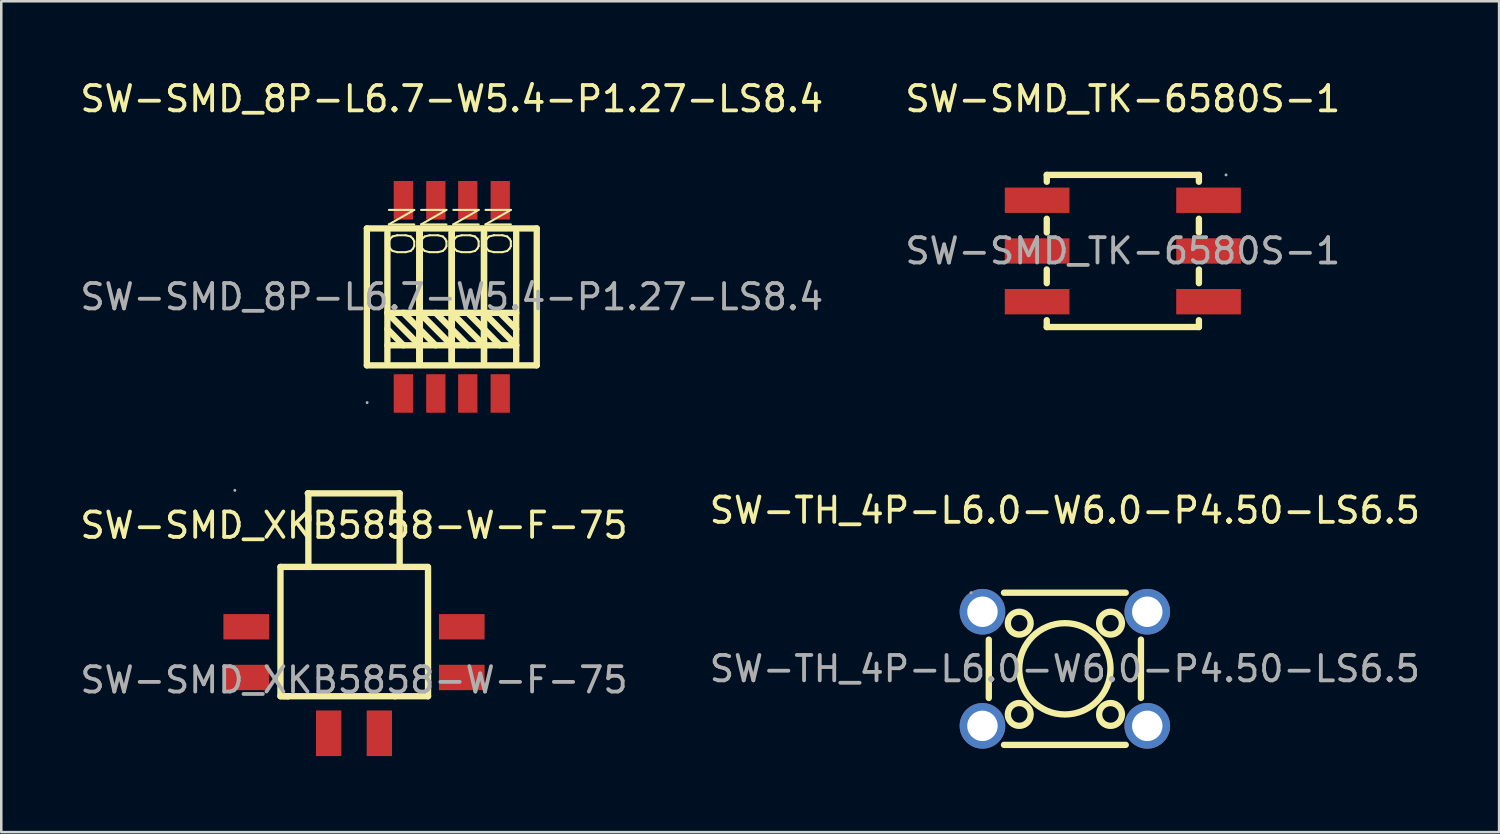
<source format=kicad_pcb>
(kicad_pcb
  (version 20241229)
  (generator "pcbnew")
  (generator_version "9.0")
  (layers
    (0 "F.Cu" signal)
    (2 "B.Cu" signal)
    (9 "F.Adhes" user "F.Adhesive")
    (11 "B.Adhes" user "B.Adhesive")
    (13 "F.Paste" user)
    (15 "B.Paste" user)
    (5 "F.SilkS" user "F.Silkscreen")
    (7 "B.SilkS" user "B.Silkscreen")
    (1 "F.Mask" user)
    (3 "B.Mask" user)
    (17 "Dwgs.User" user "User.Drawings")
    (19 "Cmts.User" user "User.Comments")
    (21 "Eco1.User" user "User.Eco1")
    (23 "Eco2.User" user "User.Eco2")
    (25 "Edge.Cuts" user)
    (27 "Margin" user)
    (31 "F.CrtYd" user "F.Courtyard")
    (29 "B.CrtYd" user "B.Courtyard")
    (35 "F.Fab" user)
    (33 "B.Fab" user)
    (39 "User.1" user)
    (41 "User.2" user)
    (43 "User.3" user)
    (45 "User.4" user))
  (footprint "SW-SMD_8P-L6.7-W5.4-P1.27-LS8.4"
    (layer "F.Cu")
    (at 14.768 8.658)
    (property "Reference" "SW-SMD_8P-L6.7-W5.4-P1.27-LS8.4" (at 0 -7.81 0) (layer "F.SilkS") (effects (font (size 1 1) (thickness 0.15))))
    (attr smd)
    (fp_line (start -3.35 -2.7) (end -3.35 2.7) (stroke (width 0.25) (type solid)) (layer "F.SilkS"))
    (fp_line (start -3.35 2.7) (end 3.35 2.7) (stroke (width 0.25) (type solid)) (layer "F.SilkS"))
    (fp_line (start -2.54 -2.54) (end -2.54 2.54) (stroke (width 0.25) (type solid)) (layer "F.SilkS"))
    (fp_line (start -2.54 0.63) (end -1.27 1.91) (stroke (width 0.25) (type solid)) (layer "F.SilkS"))
    (fp_line (start -2.54 1.27) (end -1.91 1.91) (stroke (width 0.25) (type solid)) (layer "F.SilkS"))
    (fp_line (start -2.54 1.91) (end -1.27 1.91) (stroke (width 0.25) (type solid)) (layer "F.SilkS"))
    (fp_line (start -1.91 0.63) (end -1.27 1.27) (stroke (width 0.25) (type solid)) (layer "F.SilkS"))
    (fp_line (start -1.27 -2.54) (end -1.27 2.54) (stroke (width 0.25) (type solid)) (layer "F.SilkS"))
    (fp_line (start -1.27 -2.54) (end -1.27 2.54) (stroke (width 0.25) (type solid)) (layer "F.SilkS"))
    (fp_line (start -1.27 0.63) (end -2.54 0.63) (stroke (width 0.25) (type solid)) (layer "F.SilkS"))
    (fp_line (start -1.27 0.63) (end 0 0.63) (stroke (width 0.25) (type solid)) (layer "F.SilkS"))
    (fp_line (start -1.27 1.27) (end -0.64 1.91) (stroke (width 0.25) (type solid)) (layer "F.SilkS"))
    (fp_line (start -1.27 1.91) (end 0 1.91) (stroke (width 0.25) (type solid)) (layer "F.SilkS"))
    (fp_line (start -1.27 2.54) (end -1.27 -2.54) (stroke (width 0.25) (type solid)) (layer "F.SilkS"))
    (fp_line (start -1.27 2.54) (end -1.27 -2.54) (stroke (width 0.25) (type solid)) (layer "F.SilkS"))
    (fp_line (start -0.64 0.63) (end 0 1.27) (stroke (width 0.25) (type solid)) (layer "F.SilkS"))
    (fp_line (start 0 -2.54) (end 0 2.54) (stroke (width 0.25) (type solid)) (layer "F.SilkS"))
    (fp_line (start 0 0.63) (end 1.27 0.63) (stroke (width 0.25) (type solid)) (layer "F.SilkS"))
    (fp_line (start 0 0.63) (end 1.27 1.91) (stroke (width 0.25) (type solid)) (layer "F.SilkS"))
    (fp_line (start 0 1.27) (end 0.63 1.91) (stroke (width 0.25) (type solid)) (layer "F.SilkS"))
    (fp_line (start 0 1.91) (end -1.27 0.63) (stroke (width 0.25) (type solid)) (layer "F.SilkS"))
    (fp_line (start 0 2.54) (end 0 -2.54) (stroke (width 0.25) (type solid)) (layer "F.SilkS"))
    (fp_line (start 0 2.54) (end 0 -2.54) (stroke (width 0.25) (type solid)) (layer "F.SilkS"))
    (fp_line (start 0.63 0.63) (end 1.27 1.27) (stroke (width 0.25) (type solid)) (layer "F.SilkS"))
    (fp_line (start 1.27 -2.54) (end 1.27 2.54) (stroke (width 0.25) (type solid)) (layer "F.SilkS"))
    (fp_line (start 1.27 0.63) (end 2.54 0.63) (stroke (width 0.25) (type solid)) (layer "F.SilkS"))
    (fp_line (start 1.27 0.63) (end 2.54 1.91) (stroke (width 0.25) (type solid)) (layer "F.SilkS"))
    (fp_line (start 1.27 1.27) (end 1.9 1.91) (stroke (width 0.25) (type solid)) (layer "F.SilkS"))
    (fp_line (start 1.27 1.91) (end 0 1.91) (stroke (width 0.25) (type solid)) (layer "F.SilkS"))
    (fp_line (start 1.27 2.54) (end 1.27 -2.54) (stroke (width 0.25) (type solid)) (layer "F.SilkS"))
    (fp_line (start 1.9 0.63) (end 2.54 1.27) (stroke (width 0.25) (type solid)) (layer "F.SilkS"))
    (fp_line (start 2.54 -2.54) (end 2.54 2.54) (stroke (width 0.25) (type solid)) (layer "F.SilkS"))
    (fp_line (start 2.54 1.91) (end 1.27 1.91) (stroke (width 0.25) (type solid)) (layer "F.SilkS"))
    (fp_line (start 3.35 -2.7) (end -3.35 -2.7) (stroke (width 0.25) (type solid)) (layer "F.SilkS"))
    (fp_line (start 3.35 2.7) (end 3.35 -2.7) (stroke (width 0.25) (type solid)) (layer "F.SilkS"))
    (fp_circle (center -3.34 4.17) (end -3.31 4.17) (stroke (width 0.06) (type solid)) (fill no) (layer "F.Fab"))
    (fp_text user "ON" (at 0.6 -1.52 270) (layer "F.SilkS") (effects (font (size 1 1) (thickness 0.08)) (justify left)))
    (fp_text user "ON" (at -1.94 -1.52 270) (layer "F.SilkS") (effects (font (size 1 1) (thickness 0.08)) (justify left)))
    (fp_text user "ON" (at -0.67 -1.52 270) (layer "F.SilkS") (effects (font (size 1 1) (thickness 0.08)) (justify left)))
    (fp_text user "ON" (at 1.87 -1.52 270) (layer "F.SilkS") (effects (font (size 1 1) (thickness 0.08)) (justify left)))
    (fp_text user "${REFERENCE}" (at 0 0 0) (layer "F.Fab") (effects (font (size 1 1) (thickness 0.15))))
    (pad "1" smd rect (at -1.91 3.81) (size 0.76 1.52) (layers "F.Cu" "F.Mask" "F.Paste"))
    (pad "2" smd rect (at -0.63 3.81) (size 0.76 1.52) (layers "F.Cu" "F.Mask" "F.Paste"))
    (pad "3" smd rect (at 0.63 3.81) (size 0.76 1.52) (layers "F.Cu" "F.Mask" "F.Paste"))
    (pad "4" smd rect (at 1.91 3.81) (size 0.76 1.52) (layers "F.Cu" "F.Mask" "F.Paste"))
    (pad "5" smd rect (at 1.91 -3.81) (size 0.76 1.52) (layers "F.Cu" "F.Mask" "F.Paste"))
    (pad "6" smd rect (at 0.63 -3.81) (size 0.76 1.52) (layers "F.Cu" "F.Mask" "F.Paste"))
    (pad "7" smd rect (at -0.63 -3.81) (size 0.76 1.52) (layers "F.Cu" "F.Mask" "F.Paste"))
    (pad "8" smd rect (at -1.91 -3.81) (size 0.76 1.52) (layers "F.Cu" "F.Mask" "F.Paste")))
  (footprint "SW-SMD_XKB5858-W-F-75"
    (layer "F.Cu")
    (at 10.911 23.768)
    (property "Reference" "SW-SMD_XKB5858-W-F-75" (at 0 -6.1 0) (layer "F.SilkS") (effects (font (size 1 1) (thickness 0.15))))
    (attr smd)
    (fp_line (start -2.9 -4.46) (end -2.9 0.64) (stroke (width 0.25) (type solid)) (layer "F.SilkS"))
    (fp_line (start -2.9 0.64) (end -2.6 0.64) (stroke (width 0.25) (type solid)) (layer "F.SilkS"))
    (fp_line (start -2.8 0.64) (end 1.62 0.64) (stroke (width 0.25) (type solid)) (layer "F.SilkS"))
    (fp_line (start -2.6 0.64) (end -2.6 0.64) (stroke (width 0.25) (type solid)) (layer "F.SilkS"))
    (fp_line (start -1.82 -7.36) (end -1.8 -7.36) (stroke (width 0.25) (type solid)) (layer "F.SilkS"))
    (fp_line (start -1.8 -7.36) (end -1.8 -6.32) (stroke (width 0.25) (type solid)) (layer "F.SilkS"))
    (fp_line (start -1.8 -6.46) (end -1.8 -4.46) (stroke (width 0.25) (type solid)) (layer "F.SilkS"))
    (fp_line (start 1.62 0.64) (end 2.92 0.64) (stroke (width 0.25) (type solid)) (layer "F.SilkS"))
    (fp_line (start 1.78 -7.36) (end -1.82 -7.36) (stroke (width 0.25) (type solid)) (layer "F.SilkS"))
    (fp_line (start 1.78 -7.36) (end 1.8 -7.36) (stroke (width 0.25) (type solid)) (layer "F.SilkS"))
    (fp_line (start 1.8 -7.36) (end 1.8 -6.46) (stroke (width 0.25) (type solid)) (layer "F.SilkS"))
    (fp_line (start 1.8 -6.46) (end 1.8 -4.46) (stroke (width 0.25) (type solid)) (layer "F.SilkS"))
    (fp_line (start 2.9 -4.46) (end -2.9 -4.46) (stroke (width 0.25) (type solid)) (layer "F.SilkS"))
    (fp_line (start 2.92 0.64) (end 2.92 -4.46) (stroke (width 0.25) (type solid)) (layer "F.SilkS"))
    (fp_circle (center -4.7 -7.48) (end -4.67 -7.48) (stroke (width 0.06) (type solid)) (fill no) (layer "F.Fab"))
    (fp_text user "${REFERENCE}" (at 0 0 0) (layer "F.Fab") (effects (font (size 1 1) (thickness 0.15))))
    (pad "1" smd rect (at -4.25 -2.1) (size 1.8 1) (layers "F.Cu" "F.Mask" "F.Paste"))
    (pad "2" smd rect (at -4.25 -0.1) (size 1.8 1) (layers "F.Cu" "F.Mask" "F.Paste"))
    (pad "3" smd rect (at 4.25 -2.1) (size 1.8 1) (layers "F.Cu" "F.Mask" "F.Paste"))
    (pad "4" smd rect (at 4.25 -0.1) (size 1.8 1) (layers "F.Cu" "F.Mask" "F.Paste"))
    (pad "5" smd rect (at -1 2.1) (size 1 1.8) (layers "F.Cu" "F.Mask" "F.Paste"))
    (pad "6" smd rect (at 1 2.1) (size 1 1.8) (layers "F.Cu" "F.Mask" "F.Paste")))
  (footprint "SW-TH_4P-L6.0-W6.0-P4.50-LS6.5"
    (layer "F.Cu")
    (at 38.946 23.326)
    (property "Reference" "SW-TH_4P-L6.0-W6.0-P4.50-LS6.5" (at 0 -6.25 0) (layer "F.SilkS") (effects (font (size 1 1) (thickness 0.15))))
    (attr through_hole)
    (fp_line (start -3 1.15) (end -3 -1.15) (stroke (width 0.25) (type solid)) (layer "F.SilkS"))
    (fp_line (start -2.4 -3) (end 2.4 -3) (stroke (width 0.25) (type solid)) (layer "F.SilkS"))
    (fp_line (start 2.4 3) (end -2.4 3) (stroke (width 0.25) (type solid)) (layer "F.SilkS"))
    (fp_line (start 3 -1.15) (end 3 1.15) (stroke (width 0.25) (type solid)) (layer "F.SilkS"))
    (fp_circle (center -1.8 -1.8) (end -1.35 -1.8) (stroke (width 0.25) (type solid)) (fill no) (layer "F.SilkS"))
    (fp_circle (center -1.8 1.8) (end -1.35 1.8) (stroke (width 0.25) (type solid)) (fill no) (layer "F.SilkS"))
    (fp_circle (center 0 0) (end 1.8 0) (stroke (width 0.25) (type solid)) (fill no) (layer "F.SilkS"))
    (fp_circle (center 1.8 -1.8) (end 2.25 -1.8) (stroke (width 0.25) (type solid)) (fill no) (layer "F.SilkS"))
    (fp_circle (center 1.8 1.8) (end 2.25 1.8) (stroke (width 0.25) (type solid)) (fill no) (layer "F.SilkS"))
    (fp_circle (center -3.7 -3) (end -3.67 -3) (stroke (width 0.06) (type solid)) (fill no) (layer "F.Fab"))
    (fp_text user "${REFERENCE}" (at 0 0 0) (layer "F.Fab") (effects (font (size 1 1) (thickness 0.15))))
    (pad "1" thru_hole circle (at -3.25 -2.25) (size 1.8 1.8) (drill 1.2) (layers "*.Cu" "*.Paste" "*.Mask"))
    (pad "2" thru_hole circle (at 3.25 -2.25) (size 1.8 1.8) (drill 1.2) (layers "*.Cu" "*.Paste" "*.Mask"))
    (pad "3" thru_hole circle (at -3.25 2.25) (size 1.8 1.8) (drill 1.2) (layers "*.Cu" "*.Paste" "*.Mask"))
    (pad "4" thru_hole circle (at 3.25 2.25) (size 1.8 1.8) (drill 1.2) (layers "*.Cu" "*.Paste" "*.Mask")))
  (footprint "SW-SMD_TK-6580S-1"
    (layer "F.Cu")
    (at 41.232 6.848)
    (property "Reference" "SW-SMD_TK-6580S-1" (at 0 -6 0) (layer "F.SilkS") (effects (font (size 1 1) (thickness 0.15))))
    (attr smd)
    (fp_line (start -3 -3) (end 3 -3) (stroke (width 0.25) (type solid)) (layer "F.SilkS"))
    (fp_line (start -3 -2.73) (end -3 -3) (stroke (width 0.25) (type solid)) (layer "F.SilkS"))
    (fp_line (start -3 -0.73) (end -3 -1.27) (stroke (width 0.25) (type solid)) (layer "F.SilkS"))
    (fp_line (start -3 1.27) (end -3 0.73) (stroke (width 0.25) (type solid)) (layer "F.SilkS"))
    (fp_line (start -3 3) (end -3 2.73) (stroke (width 0.25) (type solid)) (layer "F.SilkS"))
    (fp_line (start 3 -3) (end 3 -2.73) (stroke (width 0.25) (type solid)) (layer "F.SilkS"))
    (fp_line (start 3 -1.27) (end 3 -0.73) (stroke (width 0.25) (type solid)) (layer "F.SilkS"))
    (fp_line (start 3 0.73) (end 3 1.27) (stroke (width 0.25) (type solid)) (layer "F.SilkS"))
    (fp_line (start 3 2.73) (end 3 3) (stroke (width 0.25) (type solid)) (layer "F.SilkS"))
    (fp_line (start 3 3) (end -3 3) (stroke (width 0.25) (type solid)) (layer "F.SilkS"))
    (fp_circle (center 4.07 -3) (end 4.1 -3) (stroke (width 0.06) (type solid)) (fill no) (layer "F.Fab"))
    (fp_text user "${REFERENCE}" (at 0 0 0) (layer "F.Fab") (effects (font (size 1 1) (thickness 0.15))))
    (pad "1" smd rect (at 3.38 -2 90) (size 1 2.55) (layers "F.Cu" "F.Mask" "F.Paste"))
    (pad "2" smd rect (at 3.38 0 90) (size 1 2.55) (layers "F.Cu" "F.Mask" "F.Paste"))
    (pad "3" smd rect (at 3.38 2 90) (size 1 2.55) (layers "F.Cu" "F.Mask" "F.Paste"))
    (pad "4" smd rect (at -3.38 -2 90) (size 1 2.55) (layers "F.Cu" "F.Mask" "F.Paste"))
    (pad "5" smd rect (at -3.38 0 90) (size 1 2.55) (layers "F.Cu" "F.Mask" "F.Paste"))
    (pad "6" smd rect (at -3.38 2 90) (size 1 2.55) (layers "F.Cu" "F.Mask" "F.Paste")))
  (gr_rect
    (start -3 -3)
    (end 56.071 29.768)
    (stroke (width 0.1) (type default))
    (fill no)
    (layer "Edge.Cuts")))
</source>
